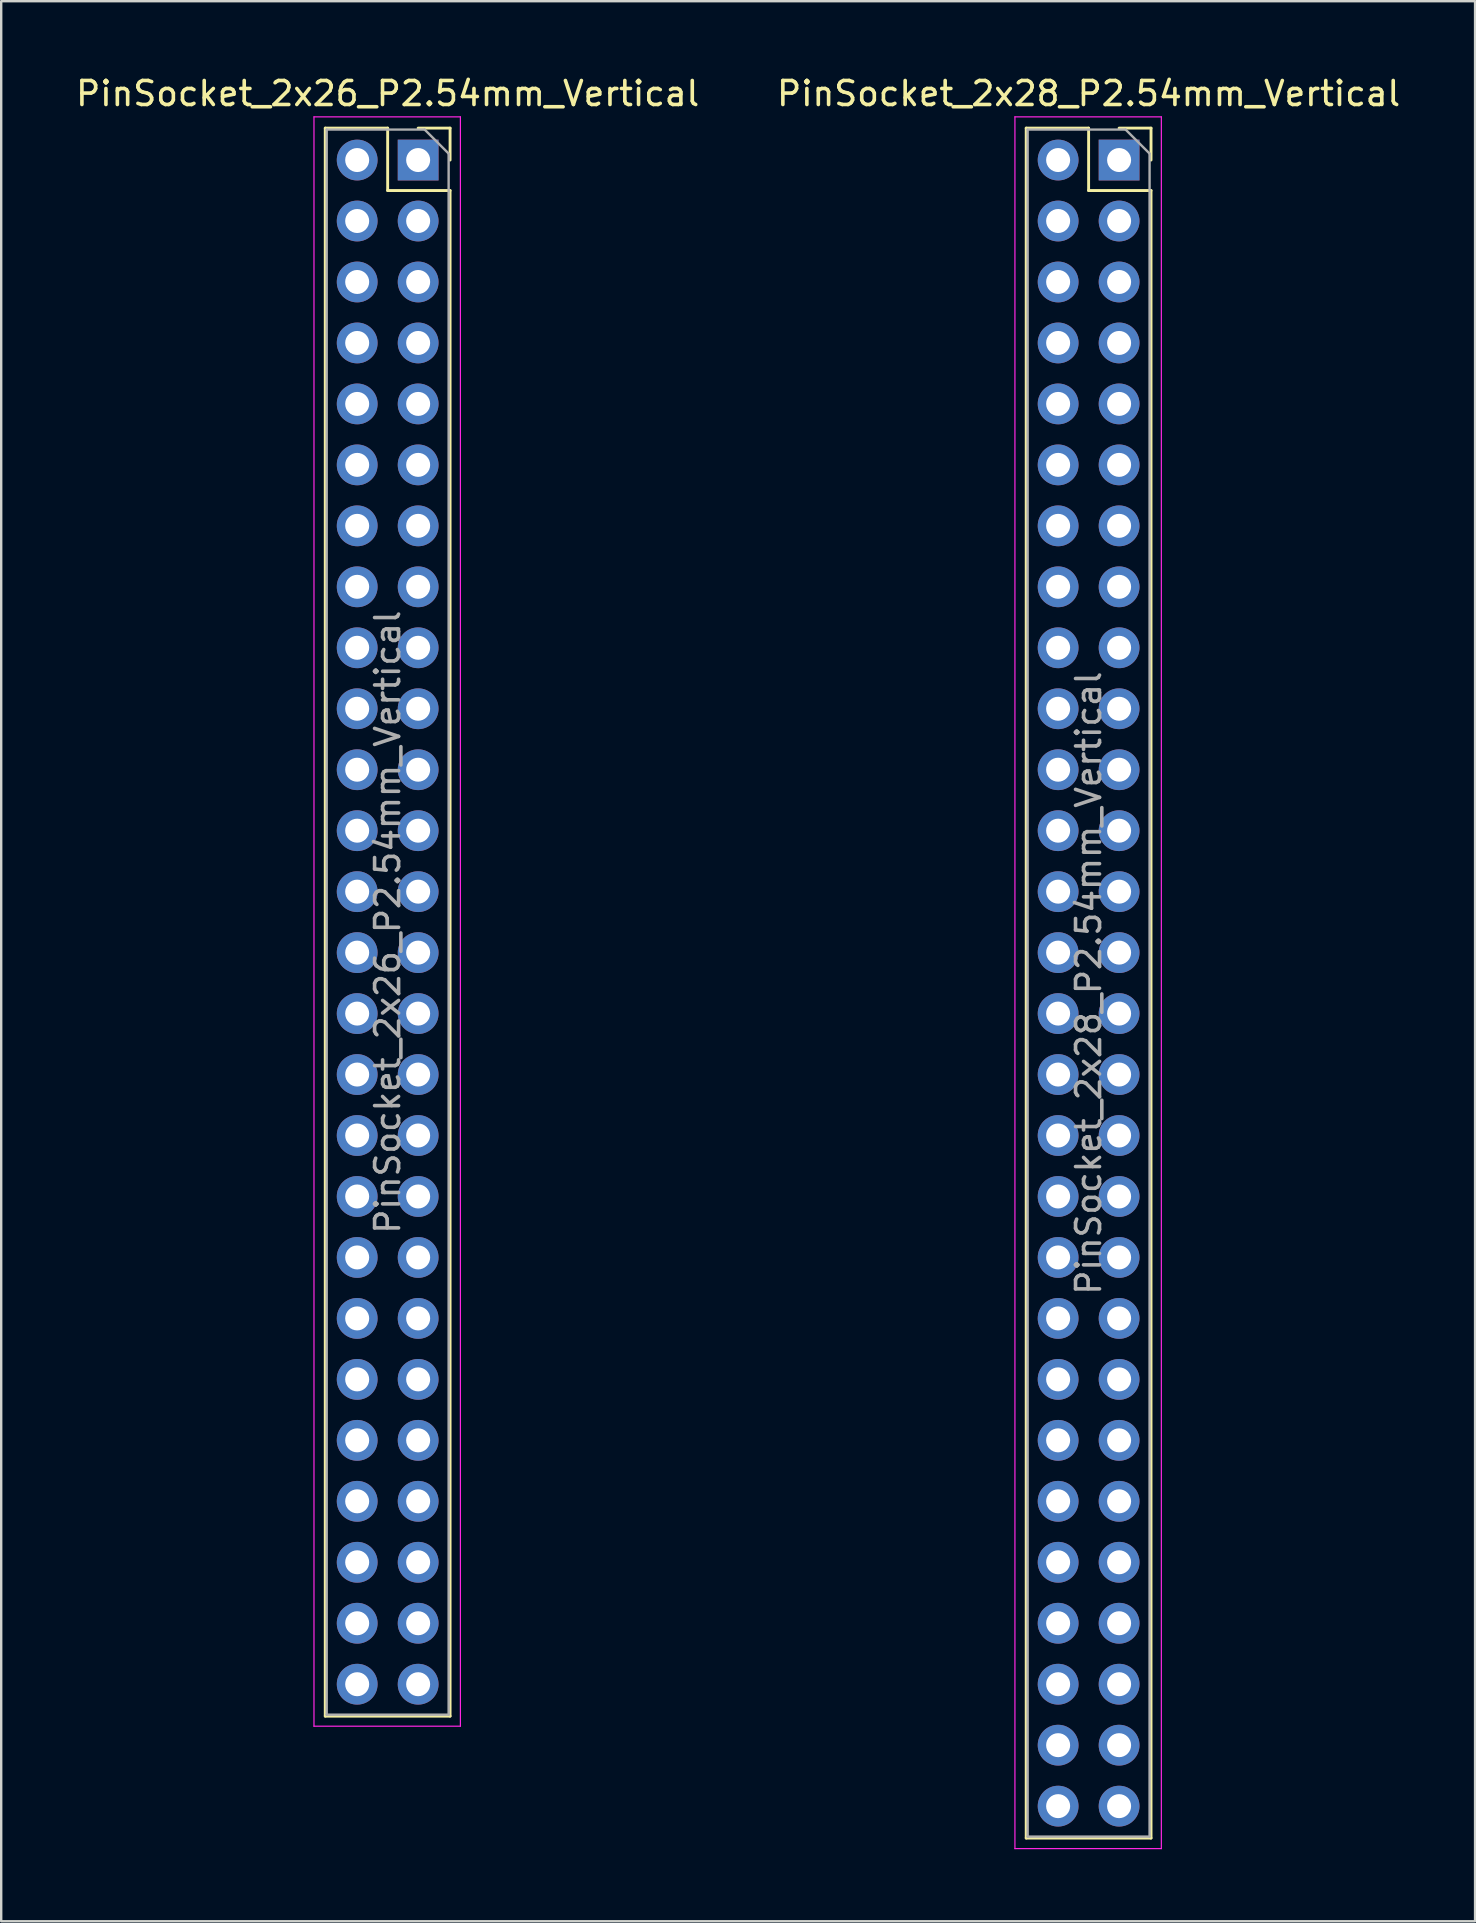
<source format=kicad_pcb>
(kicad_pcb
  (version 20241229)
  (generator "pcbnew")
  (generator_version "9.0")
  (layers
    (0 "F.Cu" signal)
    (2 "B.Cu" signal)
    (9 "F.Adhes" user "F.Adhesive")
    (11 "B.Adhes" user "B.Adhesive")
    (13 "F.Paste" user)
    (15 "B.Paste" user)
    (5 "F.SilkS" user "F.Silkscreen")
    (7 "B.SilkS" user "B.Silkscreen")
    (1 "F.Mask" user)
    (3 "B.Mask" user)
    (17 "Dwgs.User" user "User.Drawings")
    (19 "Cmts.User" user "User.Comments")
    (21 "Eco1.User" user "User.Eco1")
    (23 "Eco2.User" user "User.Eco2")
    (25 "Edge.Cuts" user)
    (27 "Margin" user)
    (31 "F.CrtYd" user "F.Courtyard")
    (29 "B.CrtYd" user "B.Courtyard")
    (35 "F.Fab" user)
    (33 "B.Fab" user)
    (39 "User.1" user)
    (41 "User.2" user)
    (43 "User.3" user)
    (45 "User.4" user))
  (footprint "PinSocket_2x26_P2.54mm_Vertical"
    (layer "F.Cu")
    (at 14.371 3.618)
    (property "Reference" "PinSocket_2x26_P2.54mm_Vertical" (at -1.27 -2.77 0) (layer "F.SilkS") (effects (font (size 1 1) (thickness 0.15))))
    (attr through_hole)
    (fp_line (start -3.87 -1.33) (end -3.87 64.83) (stroke (width 0.12) (type solid)) (layer "F.SilkS"))
    (fp_line (start -3.87 -1.33) (end -1.27 -1.33) (stroke (width 0.12) (type solid)) (layer "F.SilkS"))
    (fp_line (start -3.87 64.83) (end 1.33 64.83) (stroke (width 0.12) (type solid)) (layer "F.SilkS"))
    (fp_line (start -1.27 -1.33) (end -1.27 1.27) (stroke (width 0.12) (type solid)) (layer "F.SilkS"))
    (fp_line (start -1.27 1.27) (end 1.33 1.27) (stroke (width 0.12) (type solid)) (layer "F.SilkS"))
    (fp_line (start 0 -1.33) (end 1.33 -1.33) (stroke (width 0.12) (type solid)) (layer "F.SilkS"))
    (fp_line (start 1.33 -1.33) (end 1.33 0) (stroke (width 0.12) (type solid)) (layer "F.SilkS"))
    (fp_line (start 1.33 1.27) (end 1.33 64.83) (stroke (width 0.12) (type solid)) (layer "F.SilkS"))
    (fp_line (start -4.34 -1.8) (end 1.76 -1.8) (stroke (width 0.05) (type solid)) (layer "F.CrtYd"))
    (fp_line (start -4.34 65.25) (end -4.34 -1.8) (stroke (width 0.05) (type solid)) (layer "F.CrtYd"))
    (fp_line (start 1.76 -1.8) (end 1.76 65.25) (stroke (width 0.05) (type solid)) (layer "F.CrtYd"))
    (fp_line (start 1.76 65.25) (end -4.34 65.25) (stroke (width 0.05) (type solid)) (layer "F.CrtYd"))
    (fp_line (start -3.81 -1.27) (end 0.27 -1.27) (stroke (width 0.1) (type solid)) (layer "F.Fab"))
    (fp_line (start -3.81 64.77) (end -3.81 -1.27) (stroke (width 0.1) (type solid)) (layer "F.Fab"))
    (fp_line (start 0.27 -1.27) (end 1.27 -0.27) (stroke (width 0.1) (type solid)) (layer "F.Fab"))
    (fp_line (start 1.27 -0.27) (end 1.27 64.77) (stroke (width 0.1) (type solid)) (layer "F.Fab"))
    (fp_line (start 1.27 64.77) (end -3.81 64.77) (stroke (width 0.1) (type solid)) (layer "F.Fab"))
    (fp_text user "${REFERENCE}" (at -1.27 31.75 90) (layer "F.Fab") (effects (font (size 1 1) (thickness 0.15))))
    (pad "1" thru_hole rect (at 0 0) (size 1.7 1.7) (drill 1) (layers "*.Cu" "*.Mask"))
    (pad "2" thru_hole oval (at -2.54 0) (size 1.7 1.7) (drill 1) (layers "*.Cu" "*.Mask"))
    (pad "3" thru_hole oval (at 0 2.54) (size 1.7 1.7) (drill 1) (layers "*.Cu" "*.Mask"))
    (pad "4" thru_hole oval (at -2.54 2.54) (size 1.7 1.7) (drill 1) (layers "*.Cu" "*.Mask"))
    (pad "5" thru_hole oval (at 0 5.08) (size 1.7 1.7) (drill 1) (layers "*.Cu" "*.Mask"))
    (pad "6" thru_hole oval (at -2.54 5.08) (size 1.7 1.7) (drill 1) (layers "*.Cu" "*.Mask"))
    (pad "7" thru_hole oval (at 0 7.62) (size 1.7 1.7) (drill 1) (layers "*.Cu" "*.Mask"))
    (pad "8" thru_hole oval (at -2.54 7.62) (size 1.7 1.7) (drill 1) (layers "*.Cu" "*.Mask"))
    (pad "9" thru_hole oval (at 0 10.16) (size 1.7 1.7) (drill 1) (layers "*.Cu" "*.Mask"))
    (pad "10" thru_hole oval (at -2.54 10.16) (size 1.7 1.7) (drill 1) (layers "*.Cu" "*.Mask"))
    (pad "11" thru_hole oval (at 0 12.7) (size 1.7 1.7) (drill 1) (layers "*.Cu" "*.Mask"))
    (pad "12" thru_hole oval (at -2.54 12.7) (size 1.7 1.7) (drill 1) (layers "*.Cu" "*.Mask"))
    (pad "13" thru_hole oval (at 0 15.24) (size 1.7 1.7) (drill 1) (layers "*.Cu" "*.Mask"))
    (pad "14" thru_hole oval (at -2.54 15.24) (size 1.7 1.7) (drill 1) (layers "*.Cu" "*.Mask"))
    (pad "15" thru_hole oval (at 0 17.78) (size 1.7 1.7) (drill 1) (layers "*.Cu" "*.Mask"))
    (pad "16" thru_hole oval (at -2.54 17.78) (size 1.7 1.7) (drill 1) (layers "*.Cu" "*.Mask"))
    (pad "17" thru_hole oval (at 0 20.32) (size 1.7 1.7) (drill 1) (layers "*.Cu" "*.Mask"))
    (pad "18" thru_hole oval (at -2.54 20.32) (size 1.7 1.7) (drill 1) (layers "*.Cu" "*.Mask"))
    (pad "19" thru_hole oval (at 0 22.86) (size 1.7 1.7) (drill 1) (layers "*.Cu" "*.Mask"))
    (pad "20" thru_hole oval (at -2.54 22.86) (size 1.7 1.7) (drill 1) (layers "*.Cu" "*.Mask"))
    (pad "21" thru_hole oval (at 0 25.4) (size 1.7 1.7) (drill 1) (layers "*.Cu" "*.Mask"))
    (pad "22" thru_hole oval (at -2.54 25.4) (size 1.7 1.7) (drill 1) (layers "*.Cu" "*.Mask"))
    (pad "23" thru_hole oval (at 0 27.94) (size 1.7 1.7) (drill 1) (layers "*.Cu" "*.Mask"))
    (pad "24" thru_hole oval (at -2.54 27.94) (size 1.7 1.7) (drill 1) (layers "*.Cu" "*.Mask"))
    (pad "25" thru_hole oval (at 0 30.48) (size 1.7 1.7) (drill 1) (layers "*.Cu" "*.Mask"))
    (pad "26" thru_hole oval (at -2.54 30.48) (size 1.7 1.7) (drill 1) (layers "*.Cu" "*.Mask"))
    (pad "27" thru_hole oval (at 0 33.02) (size 1.7 1.7) (drill 1) (layers "*.Cu" "*.Mask"))
    (pad "28" thru_hole oval (at -2.54 33.02) (size 1.7 1.7) (drill 1) (layers "*.Cu" "*.Mask"))
    (pad "29" thru_hole oval (at 0 35.56) (size 1.7 1.7) (drill 1) (layers "*.Cu" "*.Mask"))
    (pad "30" thru_hole oval (at -2.54 35.56) (size 1.7 1.7) (drill 1) (layers "*.Cu" "*.Mask"))
    (pad "31" thru_hole oval (at 0 38.1) (size 1.7 1.7) (drill 1) (layers "*.Cu" "*.Mask"))
    (pad "32" thru_hole oval (at -2.54 38.1) (size 1.7 1.7) (drill 1) (layers "*.Cu" "*.Mask"))
    (pad "33" thru_hole oval (at 0 40.64) (size 1.7 1.7) (drill 1) (layers "*.Cu" "*.Mask"))
    (pad "34" thru_hole oval (at -2.54 40.64) (size 1.7 1.7) (drill 1) (layers "*.Cu" "*.Mask"))
    (pad "35" thru_hole oval (at 0 43.18) (size 1.7 1.7) (drill 1) (layers "*.Cu" "*.Mask"))
    (pad "36" thru_hole oval (at -2.54 43.18) (size 1.7 1.7) (drill 1) (layers "*.Cu" "*.Mask"))
    (pad "37" thru_hole oval (at 0 45.72) (size 1.7 1.7) (drill 1) (layers "*.Cu" "*.Mask"))
    (pad "38" thru_hole oval (at -2.54 45.72) (size 1.7 1.7) (drill 1) (layers "*.Cu" "*.Mask"))
    (pad "39" thru_hole oval (at 0 48.26) (size 1.7 1.7) (drill 1) (layers "*.Cu" "*.Mask"))
    (pad "40" thru_hole oval (at -2.54 48.26) (size 1.7 1.7) (drill 1) (layers "*.Cu" "*.Mask"))
    (pad "41" thru_hole oval (at 0 50.8) (size 1.7 1.7) (drill 1) (layers "*.Cu" "*.Mask"))
    (pad "42" thru_hole oval (at -2.54 50.8) (size 1.7 1.7) (drill 1) (layers "*.Cu" "*.Mask"))
    (pad "43" thru_hole oval (at 0 53.34) (size 1.7 1.7) (drill 1) (layers "*.Cu" "*.Mask"))
    (pad "44" thru_hole oval (at -2.54 53.34) (size 1.7 1.7) (drill 1) (layers "*.Cu" "*.Mask"))
    (pad "45" thru_hole oval (at 0 55.88) (size 1.7 1.7) (drill 1) (layers "*.Cu" "*.Mask"))
    (pad "46" thru_hole oval (at -2.54 55.88) (size 1.7 1.7) (drill 1) (layers "*.Cu" "*.Mask"))
    (pad "47" thru_hole oval (at 0 58.42) (size 1.7 1.7) (drill 1) (layers "*.Cu" "*.Mask"))
    (pad "48" thru_hole oval (at -2.54 58.42) (size 1.7 1.7) (drill 1) (layers "*.Cu" "*.Mask"))
    (pad "49" thru_hole oval (at 0 60.96) (size 1.7 1.7) (drill 1) (layers "*.Cu" "*.Mask"))
    (pad "50" thru_hole oval (at -2.54 60.96) (size 1.7 1.7) (drill 1) (layers "*.Cu" "*.Mask"))
    (pad "51" thru_hole oval (at 0 63.5) (size 1.7 1.7) (drill 1) (layers "*.Cu" "*.Mask"))
    (pad "52" thru_hole oval (at -2.54 63.5) (size 1.7 1.7) (drill 1) (layers "*.Cu" "*.Mask")))
  (footprint "PinSocket_2x28_P2.54mm_Vertical"
    (layer "F.Cu")
    (at 43.574 3.618)
    (property "Reference" "PinSocket_2x28_P2.54mm_Vertical" (at -1.27 -2.77 0) (layer "F.SilkS") (effects (font (size 1 1) (thickness 0.15))))
    (attr through_hole)
    (fp_line (start -3.87 -1.33) (end -3.87 69.91) (stroke (width 0.12) (type solid)) (layer "F.SilkS"))
    (fp_line (start -3.87 -1.33) (end -1.27 -1.33) (stroke (width 0.12) (type solid)) (layer "F.SilkS"))
    (fp_line (start -3.87 69.91) (end 1.33 69.91) (stroke (width 0.12) (type solid)) (layer "F.SilkS"))
    (fp_line (start -1.27 -1.33) (end -1.27 1.27) (stroke (width 0.12) (type solid)) (layer "F.SilkS"))
    (fp_line (start -1.27 1.27) (end 1.33 1.27) (stroke (width 0.12) (type solid)) (layer "F.SilkS"))
    (fp_line (start 0 -1.33) (end 1.33 -1.33) (stroke (width 0.12) (type solid)) (layer "F.SilkS"))
    (fp_line (start 1.33 -1.33) (end 1.33 0) (stroke (width 0.12) (type solid)) (layer "F.SilkS"))
    (fp_line (start 1.33 1.27) (end 1.33 69.91) (stroke (width 0.12) (type solid)) (layer "F.SilkS"))
    (fp_line (start -4.34 -1.8) (end 1.76 -1.8) (stroke (width 0.05) (type solid)) (layer "F.CrtYd"))
    (fp_line (start -4.34 70.35) (end -4.34 -1.8) (stroke (width 0.05) (type solid)) (layer "F.CrtYd"))
    (fp_line (start 1.76 -1.8) (end 1.76 70.35) (stroke (width 0.05) (type solid)) (layer "F.CrtYd"))
    (fp_line (start 1.76 70.35) (end -4.34 70.35) (stroke (width 0.05) (type solid)) (layer "F.CrtYd"))
    (fp_line (start -3.81 -1.27) (end 0.27 -1.27) (stroke (width 0.1) (type solid)) (layer "F.Fab"))
    (fp_line (start -3.81 69.85) (end -3.81 -1.27) (stroke (width 0.1) (type solid)) (layer "F.Fab"))
    (fp_line (start 0.27 -1.27) (end 1.27 -0.27) (stroke (width 0.1) (type solid)) (layer "F.Fab"))
    (fp_line (start 1.27 -0.27) (end 1.27 69.85) (stroke (width 0.1) (type solid)) (layer "F.Fab"))
    (fp_line (start 1.27 69.85) (end -3.81 69.85) (stroke (width 0.1) (type solid)) (layer "F.Fab"))
    (fp_text user "${REFERENCE}" (at -1.27 34.29 90) (layer "F.Fab") (effects (font (size 1 1) (thickness 0.15))))
    (pad "1" thru_hole rect (at 0 0) (size 1.7 1.7) (drill 1) (layers "*.Cu" "*.Mask"))
    (pad "2" thru_hole oval (at -2.54 0) (size 1.7 1.7) (drill 1) (layers "*.Cu" "*.Mask"))
    (pad "3" thru_hole oval (at 0 2.54) (size 1.7 1.7) (drill 1) (layers "*.Cu" "*.Mask"))
    (pad "4" thru_hole oval (at -2.54 2.54) (size 1.7 1.7) (drill 1) (layers "*.Cu" "*.Mask"))
    (pad "5" thru_hole oval (at 0 5.08) (size 1.7 1.7) (drill 1) (layers "*.Cu" "*.Mask"))
    (pad "6" thru_hole oval (at -2.54 5.08) (size 1.7 1.7) (drill 1) (layers "*.Cu" "*.Mask"))
    (pad "7" thru_hole oval (at 0 7.62) (size 1.7 1.7) (drill 1) (layers "*.Cu" "*.Mask"))
    (pad "8" thru_hole oval (at -2.54 7.62) (size 1.7 1.7) (drill 1) (layers "*.Cu" "*.Mask"))
    (pad "9" thru_hole oval (at 0 10.16) (size 1.7 1.7) (drill 1) (layers "*.Cu" "*.Mask"))
    (pad "10" thru_hole oval (at -2.54 10.16) (size 1.7 1.7) (drill 1) (layers "*.Cu" "*.Mask"))
    (pad "11" thru_hole oval (at 0 12.7) (size 1.7 1.7) (drill 1) (layers "*.Cu" "*.Mask"))
    (pad "12" thru_hole oval (at -2.54 12.7) (size 1.7 1.7) (drill 1) (layers "*.Cu" "*.Mask"))
    (pad "13" thru_hole oval (at 0 15.24) (size 1.7 1.7) (drill 1) (layers "*.Cu" "*.Mask"))
    (pad "14" thru_hole oval (at -2.54 15.24) (size 1.7 1.7) (drill 1) (layers "*.Cu" "*.Mask"))
    (pad "15" thru_hole oval (at 0 17.78) (size 1.7 1.7) (drill 1) (layers "*.Cu" "*.Mask"))
    (pad "16" thru_hole oval (at -2.54 17.78) (size 1.7 1.7) (drill 1) (layers "*.Cu" "*.Mask"))
    (pad "17" thru_hole oval (at 0 20.32) (size 1.7 1.7) (drill 1) (layers "*.Cu" "*.Mask"))
    (pad "18" thru_hole oval (at -2.54 20.32) (size 1.7 1.7) (drill 1) (layers "*.Cu" "*.Mask"))
    (pad "19" thru_hole oval (at 0 22.86) (size 1.7 1.7) (drill 1) (layers "*.Cu" "*.Mask"))
    (pad "20" thru_hole oval (at -2.54 22.86) (size 1.7 1.7) (drill 1) (layers "*.Cu" "*.Mask"))
    (pad "21" thru_hole oval (at 0 25.4) (size 1.7 1.7) (drill 1) (layers "*.Cu" "*.Mask"))
    (pad "22" thru_hole oval (at -2.54 25.4) (size 1.7 1.7) (drill 1) (layers "*.Cu" "*.Mask"))
    (pad "23" thru_hole oval (at 0 27.94) (size 1.7 1.7) (drill 1) (layers "*.Cu" "*.Mask"))
    (pad "24" thru_hole oval (at -2.54 27.94) (size 1.7 1.7) (drill 1) (layers "*.Cu" "*.Mask"))
    (pad "25" thru_hole oval (at 0 30.48) (size 1.7 1.7) (drill 1) (layers "*.Cu" "*.Mask"))
    (pad "26" thru_hole oval (at -2.54 30.48) (size 1.7 1.7) (drill 1) (layers "*.Cu" "*.Mask"))
    (pad "27" thru_hole oval (at 0 33.02) (size 1.7 1.7) (drill 1) (layers "*.Cu" "*.Mask"))
    (pad "28" thru_hole oval (at -2.54 33.02) (size 1.7 1.7) (drill 1) (layers "*.Cu" "*.Mask"))
    (pad "29" thru_hole oval (at 0 35.56) (size 1.7 1.7) (drill 1) (layers "*.Cu" "*.Mask"))
    (pad "30" thru_hole oval (at -2.54 35.56) (size 1.7 1.7) (drill 1) (layers "*.Cu" "*.Mask"))
    (pad "31" thru_hole oval (at 0 38.1) (size 1.7 1.7) (drill 1) (layers "*.Cu" "*.Mask"))
    (pad "32" thru_hole oval (at -2.54 38.1) (size 1.7 1.7) (drill 1) (layers "*.Cu" "*.Mask"))
    (pad "33" thru_hole oval (at 0 40.64) (size 1.7 1.7) (drill 1) (layers "*.Cu" "*.Mask"))
    (pad "34" thru_hole oval (at -2.54 40.64) (size 1.7 1.7) (drill 1) (layers "*.Cu" "*.Mask"))
    (pad "35" thru_hole oval (at 0 43.18) (size 1.7 1.7) (drill 1) (layers "*.Cu" "*.Mask"))
    (pad "36" thru_hole oval (at -2.54 43.18) (size 1.7 1.7) (drill 1) (layers "*.Cu" "*.Mask"))
    (pad "37" thru_hole oval (at 0 45.72) (size 1.7 1.7) (drill 1) (layers "*.Cu" "*.Mask"))
    (pad "38" thru_hole oval (at -2.54 45.72) (size 1.7 1.7) (drill 1) (layers "*.Cu" "*.Mask"))
    (pad "39" thru_hole oval (at 0 48.26) (size 1.7 1.7) (drill 1) (layers "*.Cu" "*.Mask"))
    (pad "40" thru_hole oval (at -2.54 48.26) (size 1.7 1.7) (drill 1) (layers "*.Cu" "*.Mask"))
    (pad "41" thru_hole oval (at 0 50.8) (size 1.7 1.7) (drill 1) (layers "*.Cu" "*.Mask"))
    (pad "42" thru_hole oval (at -2.54 50.8) (size 1.7 1.7) (drill 1) (layers "*.Cu" "*.Mask"))
    (pad "43" thru_hole oval (at 0 53.34) (size 1.7 1.7) (drill 1) (layers "*.Cu" "*.Mask"))
    (pad "44" thru_hole oval (at -2.54 53.34) (size 1.7 1.7) (drill 1) (layers "*.Cu" "*.Mask"))
    (pad "45" thru_hole oval (at 0 55.88) (size 1.7 1.7) (drill 1) (layers "*.Cu" "*.Mask"))
    (pad "46" thru_hole oval (at -2.54 55.88) (size 1.7 1.7) (drill 1) (layers "*.Cu" "*.Mask"))
    (pad "47" thru_hole oval (at 0 58.42) (size 1.7 1.7) (drill 1) (layers "*.Cu" "*.Mask"))
    (pad "48" thru_hole oval (at -2.54 58.42) (size 1.7 1.7) (drill 1) (layers "*.Cu" "*.Mask"))
    (pad "49" thru_hole oval (at 0 60.96) (size 1.7 1.7) (drill 1) (layers "*.Cu" "*.Mask"))
    (pad "50" thru_hole oval (at -2.54 60.96) (size 1.7 1.7) (drill 1) (layers "*.Cu" "*.Mask"))
    (pad "51" thru_hole oval (at 0 63.5) (size 1.7 1.7) (drill 1) (layers "*.Cu" "*.Mask"))
    (pad "52" thru_hole oval (at -2.54 63.5) (size 1.7 1.7) (drill 1) (layers "*.Cu" "*.Mask"))
    (pad "53" thru_hole oval (at 0 66.04) (size 1.7 1.7) (drill 1) (layers "*.Cu" "*.Mask"))
    (pad "54" thru_hole oval (at -2.54 66.04) (size 1.7 1.7) (drill 1) (layers "*.Cu" "*.Mask"))
    (pad "55" thru_hole oval (at 0 68.58) (size 1.7 1.7) (drill 1) (layers "*.Cu" "*.Mask"))
    (pad "56" thru_hole oval (at -2.54 68.58) (size 1.7 1.7) (drill 1) (layers "*.Cu" "*.Mask")))
  (gr_rect
    (start -3 -3)
    (end 58.405 76.993)
    (stroke (width 0.1) (type default))
    (fill no)
    (layer "Edge.Cuts")))
</source>
